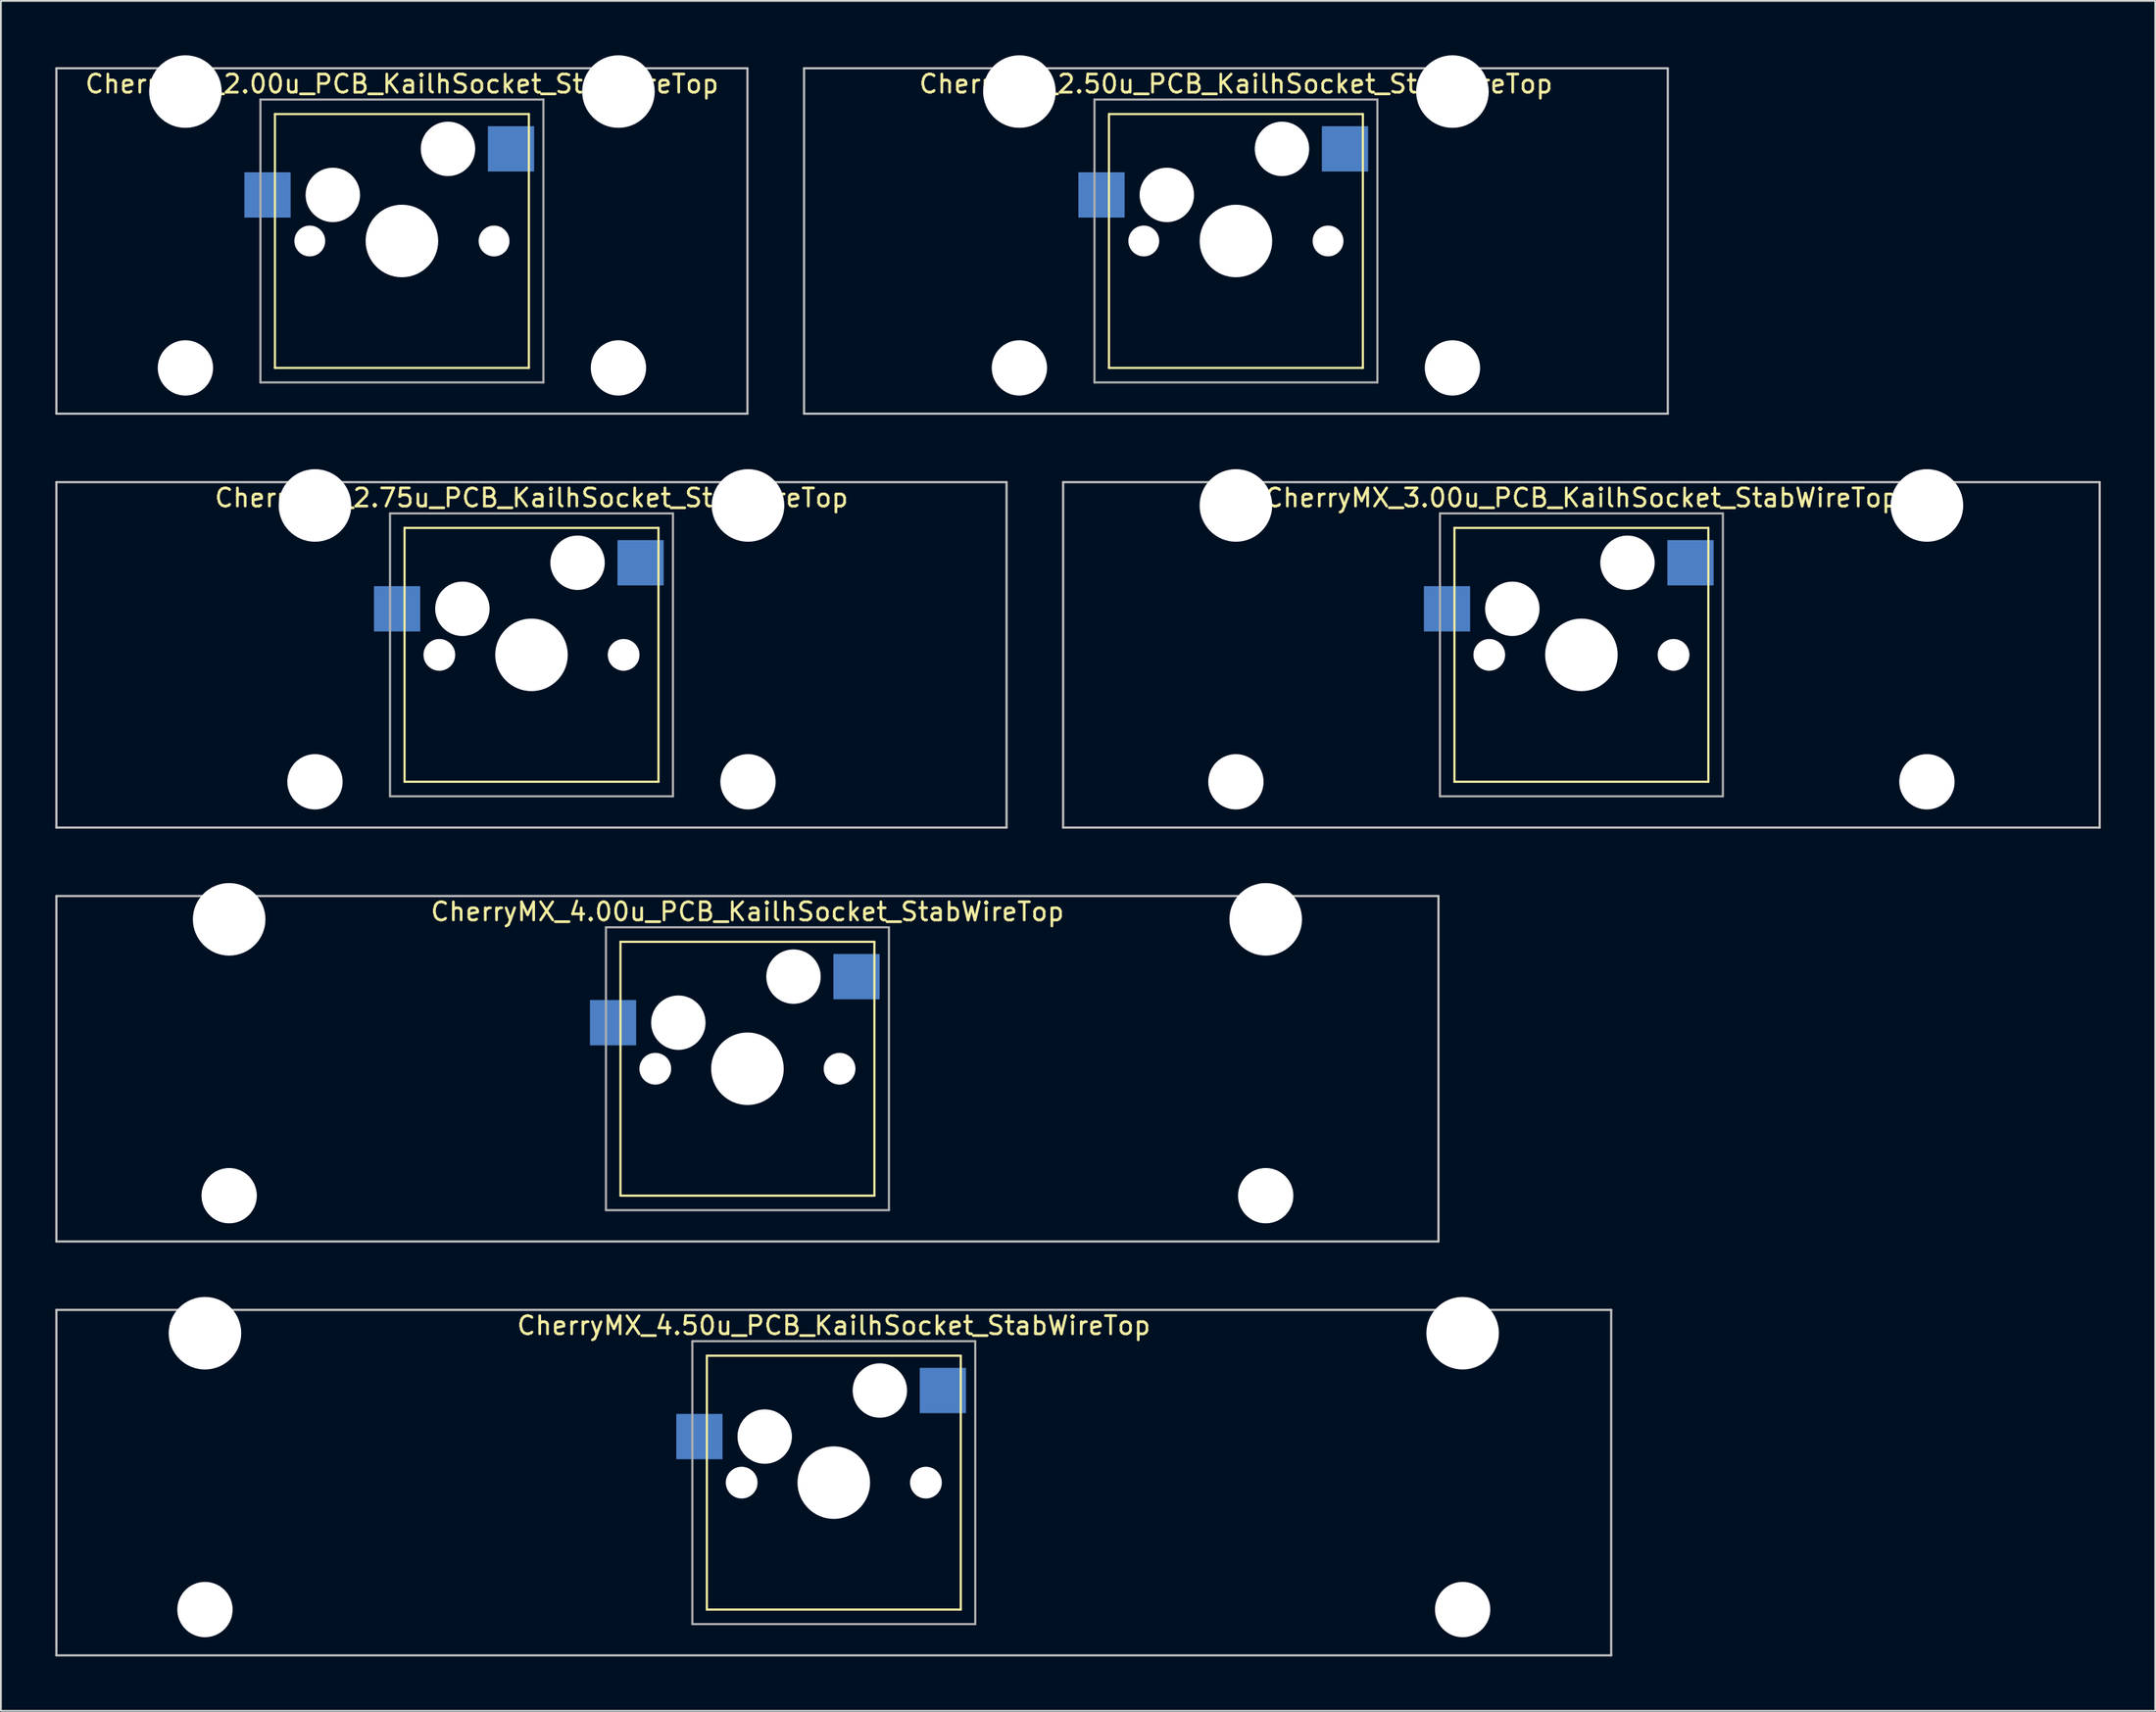
<source format=kicad_pcb>
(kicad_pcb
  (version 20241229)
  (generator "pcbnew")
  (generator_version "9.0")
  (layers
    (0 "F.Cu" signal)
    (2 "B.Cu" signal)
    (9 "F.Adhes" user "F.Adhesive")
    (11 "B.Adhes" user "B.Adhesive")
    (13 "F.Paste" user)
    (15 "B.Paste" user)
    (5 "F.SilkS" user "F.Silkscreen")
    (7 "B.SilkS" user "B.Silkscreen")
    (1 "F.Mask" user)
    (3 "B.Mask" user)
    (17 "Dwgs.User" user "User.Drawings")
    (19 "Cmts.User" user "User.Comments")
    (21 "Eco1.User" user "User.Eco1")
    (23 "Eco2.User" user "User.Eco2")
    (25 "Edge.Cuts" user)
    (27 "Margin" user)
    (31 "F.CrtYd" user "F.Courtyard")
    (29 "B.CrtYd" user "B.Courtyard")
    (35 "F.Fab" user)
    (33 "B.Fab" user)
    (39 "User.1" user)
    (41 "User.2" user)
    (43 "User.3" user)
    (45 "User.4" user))
  (footprint "CherryMX_2.00u_PCB_KailhSocket_StabWireTop"
    (layer "F.Cu")
    (at 19.11 10.24)
    (property "Reference" "CherryMX_2.00u_PCB_KailhSocket_StabWireTop" (at 0 -8.662 0) (layer "F.SilkS") (effects (font (size 1 1) (thickness 0.15))))
    (attr through_hole)
    (fp_line (start -7 -7) (end -7 7) (stroke (width 0.12) (type solid)) (layer "F.SilkS"))
    (fp_line (start -7 -7) (end 7 -7) (stroke (width 0.12) (type solid)) (layer "F.SilkS"))
    (fp_line (start 7 -7) (end 7 7) (stroke (width 0.12) (type solid)) (layer "F.SilkS"))
    (fp_line (start 7 7) (end -7 7) (stroke (width 0.12) (type solid)) (layer "F.SilkS"))
    (fp_line (start -19.05 -9.525) (end 19.05 -9.525) (stroke (width 0.12) (type solid)) (layer "Dwgs.User"))
    (fp_line (start -19.05 9.525) (end -19.05 -9.525) (stroke (width 0.12) (type solid)) (layer "Dwgs.User"))
    (fp_line (start 19.05 -9.525) (end 19.05 9.525) (stroke (width 0.12) (type solid)) (layer "Dwgs.User"))
    (fp_line (start 19.05 9.525) (end -19.05 9.525) (stroke (width 0.12) (type solid)) (layer "Dwgs.User"))
    (fp_line (start -7.8 -7.8) (end -7.8 7.8) (stroke (width 0.12) (type solid)) (layer "F.Fab"))
    (fp_line (start -7.8 -7.8) (end 7.8 -7.8) (stroke (width 0.12) (type solid)) (layer "F.Fab"))
    (fp_line (start -7.8 7.8) (end 7.8 7.8) (stroke (width 0.12) (type solid)) (layer "F.Fab"))
    (fp_line (start 7.8 -7.8) (end 7.8 7.8) (stroke (width 0.12) (type solid)) (layer "F.Fab"))
    (pad "" np_thru_hole circle (at -11.938 -8.24) (size 4 4) (drill 4) (layers "*.Cu" "*.Mask"))
    (pad "" np_thru_hole circle (at -11.938 7) (size 3.05 3.05) (drill 3.05) (layers "*.Cu" "*.Mask"))
    (pad "" np_thru_hole circle (at -5.08 0) (size 1.7 1.7) (drill 1.7) (layers "*.Cu" "*.Mask"))
    (pad "" np_thru_hole circle (at -3.81 -2.54) (size 3 3) (drill 3) (layers "*.Cu" "*.Mask"))
    (pad "" np_thru_hole circle (at 0 0) (size 4 4) (drill 4) (layers "*.Cu" "*.Mask"))
    (pad "" np_thru_hole circle (at 2.54 -5.08) (size 3 3) (drill 3) (layers "*.Cu" "*.Mask"))
    (pad "" np_thru_hole circle (at 5.08 0) (size 1.7 1.7) (drill 1.7) (layers "*.Cu" "*.Mask"))
    (pad "" np_thru_hole circle (at 11.938 -8.24) (size 4 4) (drill 4) (layers "*.Cu" "*.Mask"))
    (pad "" np_thru_hole circle (at 11.938 7) (size 3.05 3.05) (drill 3.05) (layers "*.Cu" "*.Mask"))
    (pad "1" smd rect (at -7.41 -2.54) (size 2.55 2.5) (layers "B.Cu" "B.Mask" "B.Paste"))
    (pad "2" smd rect (at 6.015 -5.08) (size 2.55 2.5) (layers "B.Cu" "B.Mask" "B.Paste")))
  (footprint "CherryMX_2.75u_PCB_KailhSocket_StabWireTop"
    (layer "F.Cu")
    (at 26.254 33.065)
    (property "Reference" "CherryMX_2.75u_PCB_KailhSocket_StabWireTop" (at 0 -8.662 0) (layer "F.SilkS") (effects (font (size 1 1) (thickness 0.15))))
    (attr through_hole)
    (fp_line (start -7 -7) (end -7 7) (stroke (width 0.12) (type solid)) (layer "F.SilkS"))
    (fp_line (start -7 -7) (end 7 -7) (stroke (width 0.12) (type solid)) (layer "F.SilkS"))
    (fp_line (start 7 -7) (end 7 7) (stroke (width 0.12) (type solid)) (layer "F.SilkS"))
    (fp_line (start 7 7) (end -7 7) (stroke (width 0.12) (type solid)) (layer "F.SilkS"))
    (fp_line (start -26.194 -9.525) (end 26.194 -9.525) (stroke (width 0.12) (type solid)) (layer "Dwgs.User"))
    (fp_line (start -26.194 9.525) (end -26.194 -9.525) (stroke (width 0.12) (type solid)) (layer "Dwgs.User"))
    (fp_line (start 26.194 -9.525) (end 26.194 9.525) (stroke (width 0.12) (type solid)) (layer "Dwgs.User"))
    (fp_line (start 26.194 9.525) (end -26.194 9.525) (stroke (width 0.12) (type solid)) (layer "Dwgs.User"))
    (fp_line (start -7.8 -7.8) (end -7.8 7.8) (stroke (width 0.12) (type solid)) (layer "F.Fab"))
    (fp_line (start -7.8 -7.8) (end 7.8 -7.8) (stroke (width 0.12) (type solid)) (layer "F.Fab"))
    (fp_line (start -7.8 7.8) (end 7.8 7.8) (stroke (width 0.12) (type solid)) (layer "F.Fab"))
    (fp_line (start 7.8 -7.8) (end 7.8 7.8) (stroke (width 0.12) (type solid)) (layer "F.Fab"))
    (pad "" np_thru_hole circle (at -11.938 -8.24) (size 4 4) (drill 4) (layers "*.Cu" "*.Mask"))
    (pad "" np_thru_hole circle (at -11.938 7) (size 3.05 3.05) (drill 3.05) (layers "*.Cu" "*.Mask"))
    (pad "" np_thru_hole circle (at -5.08 0) (size 1.75 1.75) (drill 1.75) (layers "*.Cu" "*.Mask"))
    (pad "" np_thru_hole circle (at -3.81 -2.54) (size 3 3) (drill 3) (layers "*.Cu" "*.Mask"))
    (pad "" np_thru_hole circle (at 0 0) (size 4 4) (drill 4) (layers "*.Cu" "*.Mask"))
    (pad "" np_thru_hole circle (at 2.54 -5.08) (size 3 3) (drill 3) (layers "*.Cu" "*.Mask"))
    (pad "" np_thru_hole circle (at 5.08 0) (size 1.75 1.75) (drill 1.75) (layers "*.Cu" "*.Mask"))
    (pad "" np_thru_hole circle (at 11.938 -8.24) (size 4 4) (drill 4) (layers "*.Cu" "*.Mask"))
    (pad "" np_thru_hole circle (at 11.938 7) (size 3.05 3.05) (drill 3.05) (layers "*.Cu" "*.Mask"))
    (pad "1" smd rect (at -7.41 -2.54) (size 2.55 2.5) (layers "B.Cu" "B.Mask" "B.Paste"))
    (pad "2" smd rect (at 6.015 -5.08) (size 2.55 2.5) (layers "B.Cu" "B.Mask" "B.Paste")))
  (footprint "CherryMX_4.50u_PCB_KailhSocket_StabWireTop"
    (layer "F.Cu")
    (at 42.922 78.715)
    (property "Reference" "CherryMX_4.50u_PCB_KailhSocket_StabWireTop" (at 0 -8.662 0) (layer "F.SilkS") (effects (font (size 1 1) (thickness 0.15))))
    (attr through_hole)
    (fp_line (start -7 -7) (end -7 7) (stroke (width 0.12) (type solid)) (layer "F.SilkS"))
    (fp_line (start -7 -7) (end 7 -7) (stroke (width 0.12) (type solid)) (layer "F.SilkS"))
    (fp_line (start 7 -7) (end 7 7) (stroke (width 0.12) (type solid)) (layer "F.SilkS"))
    (fp_line (start 7 7) (end -7 7) (stroke (width 0.12) (type solid)) (layer "F.SilkS"))
    (fp_line (start -42.862 -9.525) (end 42.862 -9.525) (stroke (width 0.12) (type solid)) (layer "Dwgs.User"))
    (fp_line (start -42.862 9.525) (end -42.862 -9.525) (stroke (width 0.12) (type solid)) (layer "Dwgs.User"))
    (fp_line (start 42.862 -9.525) (end 42.862 9.525) (stroke (width 0.12) (type solid)) (layer "Dwgs.User"))
    (fp_line (start 42.862 9.525) (end -42.862 9.525) (stroke (width 0.12) (type solid)) (layer "Dwgs.User"))
    (fp_line (start -7.8 -7.8) (end -7.8 7.8) (stroke (width 0.12) (type solid)) (layer "F.Fab"))
    (fp_line (start -7.8 -7.8) (end 7.8 -7.8) (stroke (width 0.12) (type solid)) (layer "F.Fab"))
    (fp_line (start -7.8 7.8) (end 7.8 7.8) (stroke (width 0.12) (type solid)) (layer "F.Fab"))
    (fp_line (start 7.8 -7.8) (end 7.8 7.8) (stroke (width 0.12) (type solid)) (layer "F.Fab"))
    (pad "" np_thru_hole circle (at -34.671 -8.24) (size 4 4) (drill 4) (layers "*.Cu" "*.Mask"))
    (pad "" np_thru_hole circle (at -34.671 7) (size 3.05 3.05) (drill 3.05) (layers "*.Cu" "*.Mask"))
    (pad "" np_thru_hole circle (at -5.08 0) (size 1.75 1.75) (drill 1.75) (layers "*.Cu" "*.Mask"))
    (pad "" np_thru_hole circle (at -3.81 -2.54) (size 3 3) (drill 3) (layers "*.Cu" "*.Mask"))
    (pad "" np_thru_hole circle (at 0 0) (size 4 4) (drill 4) (layers "*.Cu" "*.Mask"))
    (pad "" np_thru_hole circle (at 2.54 -5.08) (size 3 3) (drill 3) (layers "*.Cu" "*.Mask"))
    (pad "" np_thru_hole circle (at 5.08 0) (size 1.75 1.75) (drill 1.75) (layers "*.Cu" "*.Mask"))
    (pad "" np_thru_hole circle (at 34.671 -8.24) (size 4 4) (drill 4) (layers "*.Cu" "*.Mask"))
    (pad "" np_thru_hole circle (at 34.671 7) (size 3.05 3.05) (drill 3.05) (layers "*.Cu" "*.Mask"))
    (pad "1" smd rect (at -7.41 -2.54) (size 2.55 2.5) (layers "B.Cu" "B.Mask" "B.Paste"))
    (pad "2" smd rect (at 6.015 -5.08) (size 2.55 2.5) (layers "B.Cu" "B.Mask" "B.Paste")))
  (footprint "CherryMX_3.00u_PCB_KailhSocket_StabWireTop"
    (layer "F.Cu")
    (at 84.142 33.065)
    (property "Reference" "CherryMX_3.00u_PCB_KailhSocket_StabWireTop" (at 0 -8.662 0) (layer "F.SilkS") (effects (font (size 1 1) (thickness 0.15))))
    (attr through_hole)
    (fp_line (start -7 -7) (end -7 7) (stroke (width 0.12) (type solid)) (layer "F.SilkS"))
    (fp_line (start -7 -7) (end 7 -7) (stroke (width 0.12) (type solid)) (layer "F.SilkS"))
    (fp_line (start 7 -7) (end 7 7) (stroke (width 0.12) (type solid)) (layer "F.SilkS"))
    (fp_line (start 7 7) (end -7 7) (stroke (width 0.12) (type solid)) (layer "F.SilkS"))
    (fp_line (start -28.575 -9.525) (end 28.575 -9.525) (stroke (width 0.12) (type solid)) (layer "Dwgs.User"))
    (fp_line (start -28.575 9.525) (end -28.575 -9.525) (stroke (width 0.12) (type solid)) (layer "Dwgs.User"))
    (fp_line (start 28.575 -9.525) (end 28.575 9.525) (stroke (width 0.12) (type solid)) (layer "Dwgs.User"))
    (fp_line (start 28.575 9.525) (end -28.575 9.525) (stroke (width 0.12) (type solid)) (layer "Dwgs.User"))
    (fp_line (start -7.8 -7.8) (end -7.8 7.8) (stroke (width 0.12) (type solid)) (layer "F.Fab"))
    (fp_line (start -7.8 -7.8) (end 7.8 -7.8) (stroke (width 0.12) (type solid)) (layer "F.Fab"))
    (fp_line (start -7.8 7.8) (end 7.8 7.8) (stroke (width 0.12) (type solid)) (layer "F.Fab"))
    (fp_line (start 7.8 -7.8) (end 7.8 7.8) (stroke (width 0.12) (type solid)) (layer "F.Fab"))
    (pad "" np_thru_hole circle (at -19.05 -8.24) (size 4 4) (drill 4) (layers "*.Cu" "*.Mask"))
    (pad "" np_thru_hole circle (at -19.05 7) (size 3.05 3.05) (drill 3.05) (layers "*.Cu" "*.Mask"))
    (pad "" np_thru_hole circle (at -5.08 0) (size 1.75 1.75) (drill 1.75) (layers "*.Cu" "*.Mask"))
    (pad "" np_thru_hole circle (at -3.81 -2.54) (size 3 3) (drill 3) (layers "*.Cu" "*.Mask"))
    (pad "" np_thru_hole circle (at 0 0) (size 4 4) (drill 4) (layers "*.Cu" "*.Mask"))
    (pad "" np_thru_hole circle (at 2.54 -5.08) (size 3 3) (drill 3) (layers "*.Cu" "*.Mask"))
    (pad "" np_thru_hole circle (at 5.08 0) (size 1.75 1.75) (drill 1.75) (layers "*.Cu" "*.Mask"))
    (pad "" np_thru_hole circle (at 19.05 -8.24) (size 4 4) (drill 4) (layers "*.Cu" "*.Mask"))
    (pad "" np_thru_hole circle (at 19.05 7) (size 3.05 3.05) (drill 3.05) (layers "*.Cu" "*.Mask"))
    (pad "1" smd rect (at -7.41 -2.54) (size 2.55 2.5) (layers "B.Cu" "B.Mask" "B.Paste"))
    (pad "2" smd rect (at 6.015 -5.08) (size 2.55 2.5) (layers "B.Cu" "B.Mask" "B.Paste")))
  (footprint "CherryMX_2.50u_PCB_KailhSocket_StabWireTop"
    (layer "F.Cu")
    (at 65.093 10.24)
    (property "Reference" "CherryMX_2.50u_PCB_KailhSocket_StabWireTop" (at 0 -8.662 0) (layer "F.SilkS") (effects (font (size 1 1) (thickness 0.15))))
    (attr through_hole)
    (fp_line (start -7 -7) (end -7 7) (stroke (width 0.12) (type solid)) (layer "F.SilkS"))
    (fp_line (start -7 -7) (end 7 -7) (stroke (width 0.12) (type solid)) (layer "F.SilkS"))
    (fp_line (start 7 -7) (end 7 7) (stroke (width 0.12) (type solid)) (layer "F.SilkS"))
    (fp_line (start 7 7) (end -7 7) (stroke (width 0.12) (type solid)) (layer "F.SilkS"))
    (fp_line (start -23.812 -9.525) (end 23.812 -9.525) (stroke (width 0.12) (type solid)) (layer "Dwgs.User"))
    (fp_line (start -23.812 9.525) (end -23.812 -9.525) (stroke (width 0.12) (type solid)) (layer "Dwgs.User"))
    (fp_line (start 23.812 -9.525) (end 23.812 9.525) (stroke (width 0.12) (type solid)) (layer "Dwgs.User"))
    (fp_line (start 23.812 9.525) (end -23.812 9.525) (stroke (width 0.12) (type solid)) (layer "Dwgs.User"))
    (fp_line (start -7.8 -7.8) (end -7.8 7.8) (stroke (width 0.12) (type solid)) (layer "F.Fab"))
    (fp_line (start -7.8 -7.8) (end 7.8 -7.8) (stroke (width 0.12) (type solid)) (layer "F.Fab"))
    (fp_line (start -7.8 7.8) (end 7.8 7.8) (stroke (width 0.12) (type solid)) (layer "F.Fab"))
    (fp_line (start 7.8 -7.8) (end 7.8 7.8) (stroke (width 0.12) (type solid)) (layer "F.Fab"))
    (pad "" np_thru_hole circle (at -11.938 -8.24) (size 4 4) (drill 4) (layers "*.Cu" "*.Mask"))
    (pad "" np_thru_hole circle (at -11.938 7) (size 3.05 3.05) (drill 3.05) (layers "*.Cu" "*.Mask"))
    (pad "" np_thru_hole circle (at -5.08 0) (size 1.7 1.7) (drill 1.7) (layers "*.Cu" "*.Mask"))
    (pad "" np_thru_hole circle (at -3.81 -2.54) (size 3 3) (drill 3) (layers "*.Cu" "*.Mask"))
    (pad "" np_thru_hole circle (at 0 0) (size 4 4) (drill 4) (layers "*.Cu" "*.Mask"))
    (pad "" np_thru_hole circle (at 2.54 -5.08) (size 3 3) (drill 3) (layers "*.Cu" "*.Mask"))
    (pad "" np_thru_hole circle (at 5.08 0) (size 1.7 1.7) (drill 1.7) (layers "*.Cu" "*.Mask"))
    (pad "" np_thru_hole circle (at 11.938 -8.24) (size 4 4) (drill 4) (layers "*.Cu" "*.Mask"))
    (pad "" np_thru_hole circle (at 11.938 7) (size 3.05 3.05) (drill 3.05) (layers "*.Cu" "*.Mask"))
    (pad "1" smd rect (at -7.41 -2.54) (size 2.55 2.5) (layers "B.Cu" "B.Mask" "B.Paste"))
    (pad "2" smd rect (at 6.015 -5.08) (size 2.55 2.5) (layers "B.Cu" "B.Mask" "B.Paste")))
  (footprint "CherryMX_4.00u_PCB_KailhSocket_StabWireTop"
    (layer "F.Cu")
    (at 38.16 55.89)
    (property "Reference" "CherryMX_4.00u_PCB_KailhSocket_StabWireTop" (at 0 -8.662 0) (layer "F.SilkS") (effects (font (size 1 1) (thickness 0.15))))
    (attr through_hole)
    (fp_line (start -7 -7) (end -7 7) (stroke (width 0.12) (type solid)) (layer "F.SilkS"))
    (fp_line (start -7 -7) (end 7 -7) (stroke (width 0.12) (type solid)) (layer "F.SilkS"))
    (fp_line (start 7 -7) (end 7 7) (stroke (width 0.12) (type solid)) (layer "F.SilkS"))
    (fp_line (start 7 7) (end -7 7) (stroke (width 0.12) (type solid)) (layer "F.SilkS"))
    (fp_line (start -38.1 -9.525) (end 38.1 -9.525) (stroke (width 0.12) (type solid)) (layer "Dwgs.User"))
    (fp_line (start -38.1 9.525) (end -38.1 -9.525) (stroke (width 0.12) (type solid)) (layer "Dwgs.User"))
    (fp_line (start 38.1 -9.525) (end 38.1 9.525) (stroke (width 0.12) (type solid)) (layer "Dwgs.User"))
    (fp_line (start 38.1 9.525) (end -38.1 9.525) (stroke (width 0.12) (type solid)) (layer "Dwgs.User"))
    (fp_line (start -7.8 -7.8) (end -7.8 7.8) (stroke (width 0.12) (type solid)) (layer "F.Fab"))
    (fp_line (start -7.8 -7.8) (end 7.8 -7.8) (stroke (width 0.12) (type solid)) (layer "F.Fab"))
    (fp_line (start -7.8 7.8) (end 7.8 7.8) (stroke (width 0.12) (type solid)) (layer "F.Fab"))
    (fp_line (start 7.8 -7.8) (end 7.8 7.8) (stroke (width 0.12) (type solid)) (layer "F.Fab"))
    (pad "" np_thru_hole circle (at -28.575 -8.24) (size 4 4) (drill 4) (layers "*.Cu" "*.Mask"))
    (pad "" np_thru_hole circle (at -28.575 7) (size 3.05 3.05) (drill 3.05) (layers "*.Cu" "*.Mask"))
    (pad "" np_thru_hole circle (at -5.08 0) (size 1.75 1.75) (drill 1.75) (layers "*.Cu" "*.Mask"))
    (pad "" np_thru_hole circle (at -3.81 -2.54) (size 3 3) (drill 3) (layers "*.Cu" "*.Mask"))
    (pad "" np_thru_hole circle (at 0 0) (size 4 4) (drill 4) (layers "*.Cu" "*.Mask"))
    (pad "" np_thru_hole circle (at 2.54 -5.08) (size 3 3) (drill 3) (layers "*.Cu" "*.Mask"))
    (pad "" np_thru_hole circle (at 5.08 0) (size 1.75 1.75) (drill 1.75) (layers "*.Cu" "*.Mask"))
    (pad "" np_thru_hole circle (at 28.575 -8.24) (size 4 4) (drill 4) (layers "*.Cu" "*.Mask"))
    (pad "" np_thru_hole circle (at 28.575 7) (size 3.05 3.05) (drill 3.05) (layers "*.Cu" "*.Mask"))
    (pad "1" smd rect (at -7.41 -2.54) (size 2.55 2.5) (layers "B.Cu" "B.Mask" "B.Paste"))
    (pad "2" smd rect (at 6.015 -5.08) (size 2.55 2.5) (layers "B.Cu" "B.Mask" "B.Paste")))
  (gr_rect
    (start -3 -3)
    (end 115.778 91.3)
    (stroke (width 0.1) (type default))
    (fill no)
    (layer "Edge.Cuts")))
</source>
